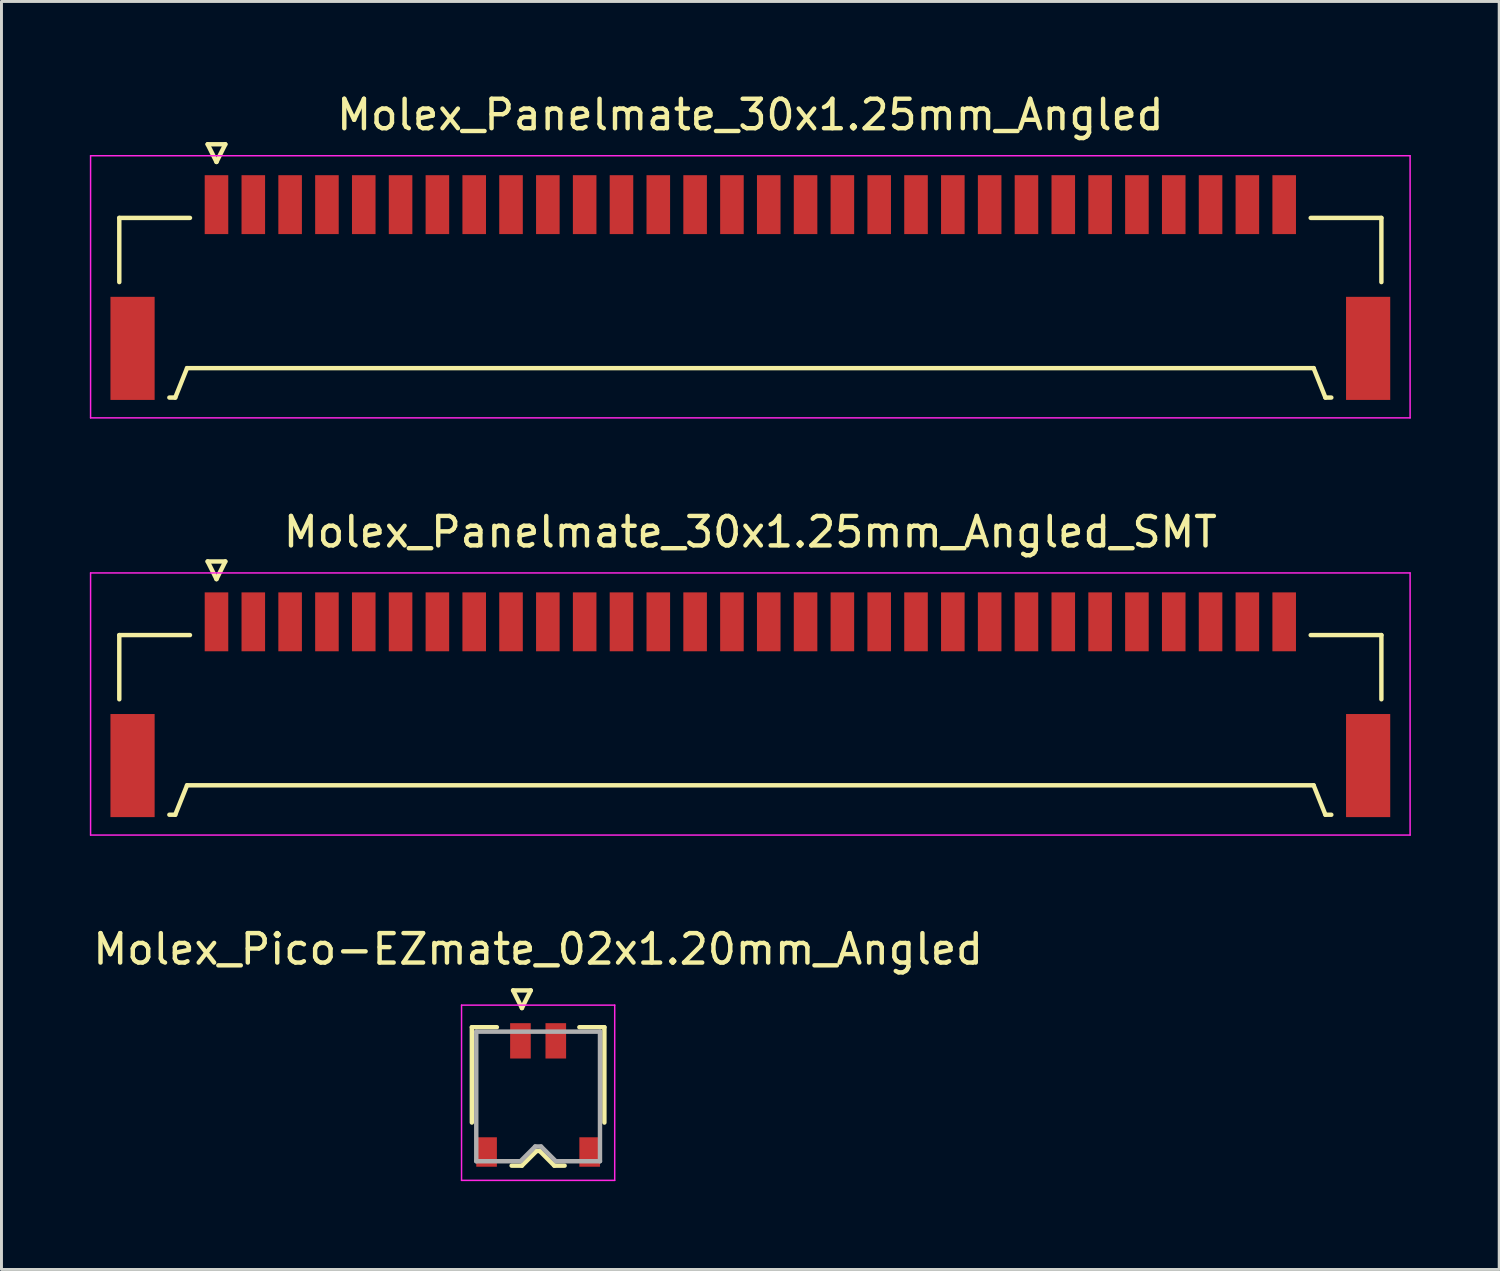
<source format=kicad_pcb>
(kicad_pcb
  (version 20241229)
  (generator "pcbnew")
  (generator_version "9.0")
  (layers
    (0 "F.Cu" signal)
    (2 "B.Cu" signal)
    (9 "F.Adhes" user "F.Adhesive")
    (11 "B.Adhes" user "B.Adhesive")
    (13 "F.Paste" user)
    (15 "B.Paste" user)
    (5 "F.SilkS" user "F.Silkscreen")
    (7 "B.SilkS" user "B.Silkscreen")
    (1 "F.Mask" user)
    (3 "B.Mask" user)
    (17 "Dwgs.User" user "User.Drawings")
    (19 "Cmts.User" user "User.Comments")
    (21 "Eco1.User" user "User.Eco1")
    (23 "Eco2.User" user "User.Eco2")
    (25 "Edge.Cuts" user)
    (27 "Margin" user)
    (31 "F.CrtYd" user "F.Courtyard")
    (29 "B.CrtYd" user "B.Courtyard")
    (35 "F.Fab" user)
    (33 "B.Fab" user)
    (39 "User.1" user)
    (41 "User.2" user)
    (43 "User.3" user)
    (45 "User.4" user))
  (footprint "Molex_Panelmate_30x1.25mm_Angled_SMT"
    (layer "F.Cu")
    (at 22.425 20.502)
    (property "Reference" "Molex_Panelmate_30x1.25mm_Angled_SMT" (at 0 -5.49 0) (layer "F.SilkS") (effects (font (size 1 1) (thickness 0.15))))
    (attr smd)
    (fp_line (start -21.425 -1.99) (end -21.425 0.19) (stroke (width 0.15) (type solid)) (layer "F.SilkS"))
    (fp_line (start -19.725 4.11) (end -19.525 4.11) (stroke (width 0.15) (type solid)) (layer "F.SilkS"))
    (fp_line (start -19.525 4.11) (end -19.125 3.11) (stroke (width 0.15) (type solid)) (layer "F.SilkS"))
    (fp_line (start -19.125 3.11) (end 19.125 3.11) (stroke (width 0.15) (type solid)) (layer "F.SilkS"))
    (fp_line (start -19.025 -1.99) (end -21.425 -1.99) (stroke (width 0.15) (type solid)) (layer "F.SilkS"))
    (fp_line (start -18.425 -4.49) (end -18.125 -3.89) (stroke (width 0.15) (type solid)) (layer "F.SilkS"))
    (fp_line (start -18.125 -3.89) (end -17.825 -4.49) (stroke (width 0.15) (type solid)) (layer "F.SilkS"))
    (fp_line (start -17.825 -4.49) (end -18.425 -4.49) (stroke (width 0.15) (type solid)) (layer "F.SilkS"))
    (fp_line (start 19.025 -1.99) (end 21.425 -1.99) (stroke (width 0.15) (type solid)) (layer "F.SilkS"))
    (fp_line (start 19.125 3.11) (end 19.525 4.11) (stroke (width 0.15) (type solid)) (layer "F.SilkS"))
    (fp_line (start 19.525 4.11) (end 19.725 4.11) (stroke (width 0.15) (type solid)) (layer "F.SilkS"))
    (fp_line (start 21.425 -1.99) (end 21.425 0.19) (stroke (width 0.15) (type solid)) (layer "F.SilkS"))
    (fp_line (start -22.4 -4.1) (end -22.4 4.8) (stroke (width 0.05) (type solid)) (layer "F.CrtYd"))
    (fp_line (start -22.4 4.8) (end 22.4 4.8) (stroke (width 0.05) (type solid)) (layer "F.CrtYd"))
    (fp_line (start 22.4 -4.1) (end -22.4 -4.1) (stroke (width 0.05) (type solid)) (layer "F.CrtYd"))
    (fp_line (start 22.4 4.8) (end 22.4 -4.1) (stroke (width 0.05) (type solid)) (layer "F.CrtYd"))
    (pad "" smd rect (at -20.975 2.44) (size 1.5 3.5) (layers "F.Cu" "F.Mask" "F.Paste"))
    (pad "" smd rect (at 20.975 2.44) (size 1.5 3.5) (layers "F.Cu" "F.Mask" "F.Paste"))
    (pad "1" smd rect (at -18.125 -2.44) (size 0.8 2) (layers "F.Cu" "F.Mask" "F.Paste"))
    (pad "2" smd rect (at -16.875 -2.44) (size 0.8 2) (layers "F.Cu" "F.Mask" "F.Paste"))
    (pad "3" smd rect (at -15.625 -2.44) (size 0.8 2) (layers "F.Cu" "F.Mask" "F.Paste"))
    (pad "4" smd rect (at -14.375 -2.44) (size 0.8 2) (layers "F.Cu" "F.Mask" "F.Paste"))
    (pad "5" smd rect (at -13.125 -2.44) (size 0.8 2) (layers "F.Cu" "F.Mask" "F.Paste"))
    (pad "6" smd rect (at -11.875 -2.44) (size 0.8 2) (layers "F.Cu" "F.Mask" "F.Paste"))
    (pad "7" smd rect (at -10.625 -2.44) (size 0.8 2) (layers "F.Cu" "F.Mask" "F.Paste"))
    (pad "8" smd rect (at -9.375 -2.44) (size 0.8 2) (layers "F.Cu" "F.Mask" "F.Paste"))
    (pad "9" smd rect (at -8.125 -2.44) (size 0.8 2) (layers "F.Cu" "F.Mask" "F.Paste"))
    (pad "10" smd rect (at -6.875 -2.44) (size 0.8 2) (layers "F.Cu" "F.Mask" "F.Paste"))
    (pad "11" smd rect (at -5.625 -2.44) (size 0.8 2) (layers "F.Cu" "F.Mask" "F.Paste"))
    (pad "12" smd rect (at -4.375 -2.44) (size 0.8 2) (layers "F.Cu" "F.Mask" "F.Paste"))
    (pad "13" smd rect (at -3.125 -2.44) (size 0.8 2) (layers "F.Cu" "F.Mask" "F.Paste"))
    (pad "14" smd rect (at -1.875 -2.44) (size 0.8 2) (layers "F.Cu" "F.Mask" "F.Paste"))
    (pad "15" smd rect (at -0.625 -2.44) (size 0.8 2) (layers "F.Cu" "F.Mask" "F.Paste"))
    (pad "16" smd rect (at 0.625 -2.44) (size 0.8 2) (layers "F.Cu" "F.Mask" "F.Paste"))
    (pad "17" smd rect (at 1.875 -2.44) (size 0.8 2) (layers "F.Cu" "F.Mask" "F.Paste"))
    (pad "18" smd rect (at 3.125 -2.44) (size 0.8 2) (layers "F.Cu" "F.Mask" "F.Paste"))
    (pad "19" smd rect (at 4.375 -2.44) (size 0.8 2) (layers "F.Cu" "F.Mask" "F.Paste"))
    (pad "20" smd rect (at 5.625 -2.44) (size 0.8 2) (layers "F.Cu" "F.Mask" "F.Paste"))
    (pad "21" smd rect (at 6.875 -2.44) (size 0.8 2) (layers "F.Cu" "F.Mask" "F.Paste"))
    (pad "22" smd rect (at 8.125 -2.44) (size 0.8 2) (layers "F.Cu" "F.Mask" "F.Paste"))
    (pad "23" smd rect (at 9.375 -2.44) (size 0.8 2) (layers "F.Cu" "F.Mask" "F.Paste"))
    (pad "24" smd rect (at 10.625 -2.44) (size 0.8 2) (layers "F.Cu" "F.Mask" "F.Paste"))
    (pad "25" smd rect (at 11.875 -2.44) (size 0.8 2) (layers "F.Cu" "F.Mask" "F.Paste"))
    (pad "26" smd rect (at 13.125 -2.44) (size 0.8 2) (layers "F.Cu" "F.Mask" "F.Paste"))
    (pad "27" smd rect (at 14.375 -2.44) (size 0.8 2) (layers "F.Cu" "F.Mask" "F.Paste"))
    (pad "28" smd rect (at 15.625 -2.44) (size 0.8 2) (layers "F.Cu" "F.Mask" "F.Paste"))
    (pad "29" smd rect (at 16.875 -2.44) (size 0.8 2) (layers "F.Cu" "F.Mask" "F.Paste"))
    (pad "30" smd rect (at 18.125 -2.44) (size 0.8 2) (layers "F.Cu" "F.Mask" "F.Paste")))
  (footprint "Molex_Panelmate_30x1.25mm_Angled"
    (layer "F.Cu")
    (at 22.425 6.338)
    (property "Reference" "Molex_Panelmate_30x1.25mm_Angled" (at 0 -5.49 0) (layer "F.SilkS") (effects (font (size 1 1) (thickness 0.15))))
    (attr smd)
    (fp_line (start -21.425 -1.99) (end -21.425 0.19) (stroke (width 0.15) (type solid)) (layer "F.SilkS"))
    (fp_line (start -19.725 4.11) (end -19.525 4.11) (stroke (width 0.15) (type solid)) (layer "F.SilkS"))
    (fp_line (start -19.525 4.11) (end -19.125 3.11) (stroke (width 0.15) (type solid)) (layer "F.SilkS"))
    (fp_line (start -19.125 3.11) (end 19.125 3.11) (stroke (width 0.15) (type solid)) (layer "F.SilkS"))
    (fp_line (start -19.025 -1.99) (end -21.425 -1.99) (stroke (width 0.15) (type solid)) (layer "F.SilkS"))
    (fp_line (start -18.425 -4.49) (end -18.125 -3.89) (stroke (width 0.15) (type solid)) (layer "F.SilkS"))
    (fp_line (start -18.125 -3.89) (end -17.825 -4.49) (stroke (width 0.15) (type solid)) (layer "F.SilkS"))
    (fp_line (start -17.825 -4.49) (end -18.425 -4.49) (stroke (width 0.15) (type solid)) (layer "F.SilkS"))
    (fp_line (start 19.025 -1.99) (end 21.425 -1.99) (stroke (width 0.15) (type solid)) (layer "F.SilkS"))
    (fp_line (start 19.125 3.11) (end 19.525 4.11) (stroke (width 0.15) (type solid)) (layer "F.SilkS"))
    (fp_line (start 19.525 4.11) (end 19.725 4.11) (stroke (width 0.15) (type solid)) (layer "F.SilkS"))
    (fp_line (start 21.425 -1.99) (end 21.425 0.19) (stroke (width 0.15) (type solid)) (layer "F.SilkS"))
    (fp_line (start -22.4 -4.1) (end -22.4 4.8) (stroke (width 0.05) (type solid)) (layer "F.CrtYd"))
    (fp_line (start -22.4 4.8) (end 22.4 4.8) (stroke (width 0.05) (type solid)) (layer "F.CrtYd"))
    (fp_line (start 22.4 -4.1) (end -22.4 -4.1) (stroke (width 0.05) (type solid)) (layer "F.CrtYd"))
    (fp_line (start 22.4 4.8) (end 22.4 -4.1) (stroke (width 0.05) (type solid)) (layer "F.CrtYd"))
    (pad "" smd rect (at -20.975 2.44) (size 1.5 3.5) (layers "F.Cu" "F.Mask" "F.Paste"))
    (pad "" smd rect (at 20.975 2.44) (size 1.5 3.5) (layers "F.Cu" "F.Mask" "F.Paste"))
    (pad "1" smd rect (at -18.125 -2.44) (size 0.8 2) (layers "F.Cu" "F.Mask" "F.Paste"))
    (pad "2" smd rect (at -16.875 -2.44) (size 0.8 2) (layers "F.Cu" "F.Mask" "F.Paste"))
    (pad "3" smd rect (at -15.625 -2.44) (size 0.8 2) (layers "F.Cu" "F.Mask" "F.Paste"))
    (pad "4" smd rect (at -14.375 -2.44) (size 0.8 2) (layers "F.Cu" "F.Mask" "F.Paste"))
    (pad "5" smd rect (at -13.125 -2.44) (size 0.8 2) (layers "F.Cu" "F.Mask" "F.Paste"))
    (pad "6" smd rect (at -11.875 -2.44) (size 0.8 2) (layers "F.Cu" "F.Mask" "F.Paste"))
    (pad "7" smd rect (at -10.625 -2.44) (size 0.8 2) (layers "F.Cu" "F.Mask" "F.Paste"))
    (pad "8" smd rect (at -9.375 -2.44) (size 0.8 2) (layers "F.Cu" "F.Mask" "F.Paste"))
    (pad "9" smd rect (at -8.125 -2.44) (size 0.8 2) (layers "F.Cu" "F.Mask" "F.Paste"))
    (pad "10" smd rect (at -6.875 -2.44) (size 0.8 2) (layers "F.Cu" "F.Mask" "F.Paste"))
    (pad "11" smd rect (at -5.625 -2.44) (size 0.8 2) (layers "F.Cu" "F.Mask" "F.Paste"))
    (pad "12" smd rect (at -4.375 -2.44) (size 0.8 2) (layers "F.Cu" "F.Mask" "F.Paste"))
    (pad "13" smd rect (at -3.125 -2.44) (size 0.8 2) (layers "F.Cu" "F.Mask" "F.Paste"))
    (pad "14" smd rect (at -1.875 -2.44) (size 0.8 2) (layers "F.Cu" "F.Mask" "F.Paste"))
    (pad "15" smd rect (at -0.625 -2.44) (size 0.8 2) (layers "F.Cu" "F.Mask" "F.Paste"))
    (pad "16" smd rect (at 0.625 -2.44) (size 0.8 2) (layers "F.Cu" "F.Mask" "F.Paste"))
    (pad "17" smd rect (at 1.875 -2.44) (size 0.8 2) (layers "F.Cu" "F.Mask" "F.Paste"))
    (pad "18" smd rect (at 3.125 -2.44) (size 0.8 2) (layers "F.Cu" "F.Mask" "F.Paste"))
    (pad "19" smd rect (at 4.375 -2.44) (size 0.8 2) (layers "F.Cu" "F.Mask" "F.Paste"))
    (pad "20" smd rect (at 5.625 -2.44) (size 0.8 2) (layers "F.Cu" "F.Mask" "F.Paste"))
    (pad "21" smd rect (at 6.875 -2.44) (size 0.8 2) (layers "F.Cu" "F.Mask" "F.Paste"))
    (pad "22" smd rect (at 8.125 -2.44) (size 0.8 2) (layers "F.Cu" "F.Mask" "F.Paste"))
    (pad "23" smd rect (at 9.375 -2.44) (size 0.8 2) (layers "F.Cu" "F.Mask" "F.Paste"))
    (pad "24" smd rect (at 10.625 -2.44) (size 0.8 2) (layers "F.Cu" "F.Mask" "F.Paste"))
    (pad "25" smd rect (at 11.875 -2.44) (size 0.8 2) (layers "F.Cu" "F.Mask" "F.Paste"))
    (pad "26" smd rect (at 13.125 -2.44) (size 0.8 2) (layers "F.Cu" "F.Mask" "F.Paste"))
    (pad "27" smd rect (at 14.375 -2.44) (size 0.8 2) (layers "F.Cu" "F.Mask" "F.Paste"))
    (pad "28" smd rect (at 15.625 -2.44) (size 0.8 2) (layers "F.Cu" "F.Mask" "F.Paste"))
    (pad "29" smd rect (at 16.875 -2.44) (size 0.8 2) (layers "F.Cu" "F.Mask" "F.Paste"))
    (pad "30" smd rect (at 18.125 -2.44) (size 0.8 2) (layers "F.Cu" "F.Mask" "F.Paste")))
  (footprint "Molex_Pico-EZmate_02x1.20mm_Angled"
    (layer "F.Cu")
    (at 15.22 34.175)
    (property "Reference" "Molex_Pico-EZmate_02x1.20mm_Angled" (at 0 -5 0) (layer "F.SilkS") (effects (font (size 1 1) (thickness 0.15))))
    (attr smd)
    (fp_line (start -2.25 -2.35) (end -2.25 0.887) (stroke (width 0.15) (type solid)) (layer "F.SilkS"))
    (fp_line (start -1.4 -2.35) (end -2.25 -2.35) (stroke (width 0.15) (type solid)) (layer "F.SilkS"))
    (fp_line (start -0.9 2.35) (end -0.55 2.35) (stroke (width 0.15) (type solid)) (layer "F.SilkS"))
    (fp_line (start -0.85 -3.6) (end -0.55 -3) (stroke (width 0.15) (type solid)) (layer "F.SilkS"))
    (fp_line (start -0.55 -3) (end -0.25 -3.6) (stroke (width 0.15) (type solid)) (layer "F.SilkS"))
    (fp_line (start -0.55 2.35) (end -0.05 1.85) (stroke (width 0.15) (type solid)) (layer "F.SilkS"))
    (fp_line (start -0.25 -3.6) (end -0.85 -3.6) (stroke (width 0.15) (type solid)) (layer "F.SilkS"))
    (fp_line (start -0.05 1.85) (end 0.05 1.85) (stroke (width 0.15) (type solid)) (layer "F.SilkS"))
    (fp_line (start 0.05 1.85) (end 0.55 2.35) (stroke (width 0.15) (type solid)) (layer "F.SilkS"))
    (fp_line (start 0.55 2.35) (end 0.9 2.35) (stroke (width 0.15) (type solid)) (layer "F.SilkS"))
    (fp_line (start 1.4 -2.35) (end 2.25 -2.35) (stroke (width 0.15) (type solid)) (layer "F.SilkS"))
    (fp_line (start 2.25 -2.35) (end 2.25 0.887) (stroke (width 0.15) (type solid)) (layer "F.SilkS"))
    (fp_line (start -2.6 -3.1) (end -2.6 2.85) (stroke (width 0.05) (type solid)) (layer "F.CrtYd"))
    (fp_line (start -2.6 2.85) (end 2.6 2.85) (stroke (width 0.05) (type solid)) (layer "F.CrtYd"))
    (fp_line (start 2.6 -3.1) (end -2.6 -3.1) (stroke (width 0.05) (type solid)) (layer "F.CrtYd"))
    (fp_line (start 2.6 2.85) (end 2.6 -3.1) (stroke (width 0.05) (type solid)) (layer "F.CrtYd"))
    (fp_line (start -2.1 -2.2) (end -2.1 2.2) (stroke (width 0.15) (type solid)) (layer "F.Fab"))
    (fp_line (start -2.1 2.2) (end -0.6 2.2) (stroke (width 0.15) (type solid)) (layer "F.Fab"))
    (fp_line (start -0.6 2.2) (end -0.1 1.7) (stroke (width 0.15) (type solid)) (layer "F.Fab"))
    (fp_line (start -0.1 1.7) (end 0.1 1.7) (stroke (width 0.15) (type solid)) (layer "F.Fab"))
    (fp_line (start 0.1 1.7) (end 0.6 2.2) (stroke (width 0.15) (type solid)) (layer "F.Fab"))
    (fp_line (start 0.6 2.2) (end 2.1 2.2) (stroke (width 0.15) (type solid)) (layer "F.Fab"))
    (fp_line (start 2.1 -2.2) (end -2.1 -2.2) (stroke (width 0.15) (type solid)) (layer "F.Fab"))
    (fp_line (start 2.1 2.2) (end 2.1 -2.2) (stroke (width 0.15) (type solid)) (layer "F.Fab"))
    (pad "" smd rect (at -1.75 1.887) (size 0.7 1) (layers "F.Cu" "F.Mask" "F.Paste"))
    (pad "" smd rect (at 1.75 1.887) (size 0.7 1) (layers "F.Cu" "F.Mask" "F.Paste"))
    (pad "1" smd rect (at -0.6 -1.887) (size 0.7 1.2) (layers "F.Cu" "F.Mask" "F.Paste"))
    (pad "2" smd rect (at 0.6 -1.887) (size 0.7 1.2) (layers "F.Cu" "F.Mask" "F.Paste")))
  (gr_rect
    (start -3 -3)
    (end 47.85 40.05)
    (stroke (width 0.1) (type default))
    (fill no)
    (layer "Edge.Cuts")))
</source>
